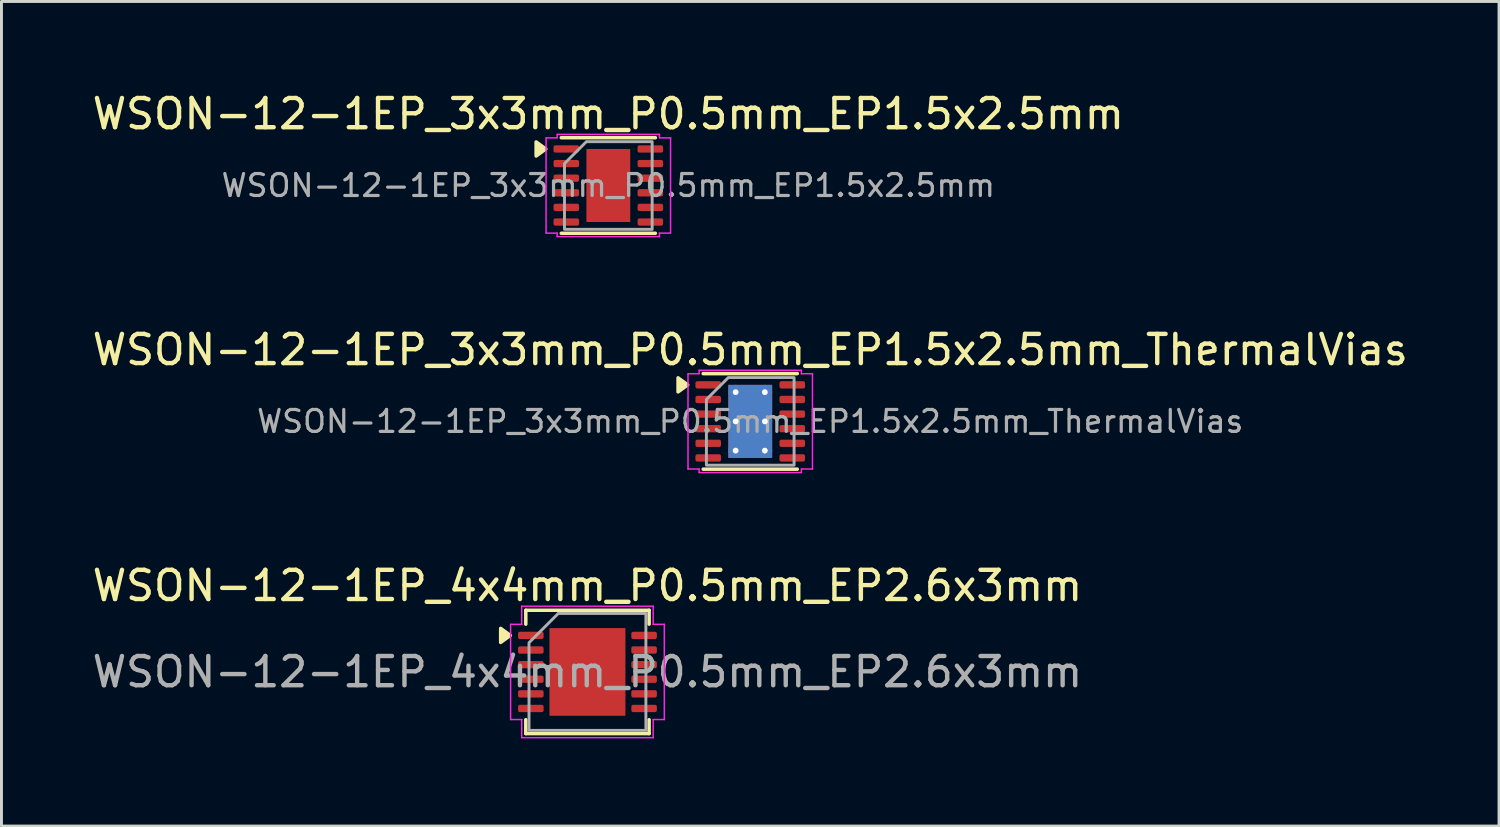
<source format=kicad_pcb>
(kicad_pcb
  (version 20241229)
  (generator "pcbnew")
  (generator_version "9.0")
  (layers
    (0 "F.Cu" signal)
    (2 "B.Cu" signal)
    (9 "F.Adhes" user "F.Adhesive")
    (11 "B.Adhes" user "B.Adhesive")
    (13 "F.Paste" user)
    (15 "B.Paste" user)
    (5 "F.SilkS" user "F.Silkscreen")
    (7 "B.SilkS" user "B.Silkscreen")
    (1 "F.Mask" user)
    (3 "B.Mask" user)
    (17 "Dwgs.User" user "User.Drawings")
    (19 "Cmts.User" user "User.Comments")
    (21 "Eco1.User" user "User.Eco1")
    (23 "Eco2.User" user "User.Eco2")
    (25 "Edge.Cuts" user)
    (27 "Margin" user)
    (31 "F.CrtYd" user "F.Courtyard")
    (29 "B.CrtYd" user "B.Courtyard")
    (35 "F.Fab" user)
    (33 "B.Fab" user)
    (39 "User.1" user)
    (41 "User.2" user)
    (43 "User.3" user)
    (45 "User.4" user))
  (footprint "WSON-12-1EP_3x3mm_P0.5mm_EP1.5x2.5mm"
    (layer "F.Cu")
    (at 17.768 3.298)
    (property "Reference" "WSON-12-1EP_3x3mm_P0.5mm_EP1.5x2.5mm" (at 0 -2.45 0) (layer "F.SilkS") (effects (font (size 1 1) (thickness 0.15))))
    (attr smd)
    (fp_line (start -1.61 -1.635) (end 1.61 -1.635) (stroke (width 0.12) (type solid)) (layer "F.SilkS"))
    (fp_line (start 1.61 1.635) (end -1.61 1.635) (stroke (width 0.12) (type solid)) (layer "F.SilkS"))
    (fp_poly (pts (xy -2.14 -1.25) (xy -2.47 -1.01) (xy -2.47 -1.49)) (stroke (width 0.12) (type solid)) (fill yes) (layer "F.SilkS"))
    (fp_line (start -2.13 -1.63) (end -1.75 -1.63) (stroke (width 0.05) (type solid)) (layer "F.CrtYd"))
    (fp_line (start -2.13 1.63) (end -2.13 -1.63) (stroke (width 0.05) (type solid)) (layer "F.CrtYd"))
    (fp_line (start -1.75 -1.75) (end 1.75 -1.75) (stroke (width 0.05) (type solid)) (layer "F.CrtYd"))
    (fp_line (start -1.75 -1.63) (end -1.75 -1.75) (stroke (width 0.05) (type solid)) (layer "F.CrtYd"))
    (fp_line (start -1.75 1.63) (end -2.13 1.63) (stroke (width 0.05) (type solid)) (layer "F.CrtYd"))
    (fp_line (start -1.75 1.75) (end -1.75 1.63) (stroke (width 0.05) (type solid)) (layer "F.CrtYd"))
    (fp_line (start 1.75 -1.75) (end 1.75 -1.63) (stroke (width 0.05) (type solid)) (layer "F.CrtYd"))
    (fp_line (start 1.75 -1.63) (end 2.13 -1.63) (stroke (width 0.05) (type solid)) (layer "F.CrtYd"))
    (fp_line (start 1.75 1.63) (end 1.75 1.75) (stroke (width 0.05) (type solid)) (layer "F.CrtYd"))
    (fp_line (start 1.75 1.75) (end -1.75 1.75) (stroke (width 0.05) (type solid)) (layer "F.CrtYd"))
    (fp_line (start 2.13 -1.63) (end 2.13 1.63) (stroke (width 0.05) (type solid)) (layer "F.CrtYd"))
    (fp_line (start 2.13 1.63) (end 1.75 1.63) (stroke (width 0.05) (type solid)) (layer "F.CrtYd"))
    (fp_poly (pts (xy -1.5 -0.75) (xy -1.5 1.5) (xy 1.5 1.5) (xy 1.5 -1.5) (xy -0.75 -1.5)) (stroke (width 0.1) (type solid)) (fill no) (layer "F.Fab"))
    (fp_text user "${REFERENCE}" (at 0 0 0) (layer "F.Fab") (effects (font (size 0.75 0.75) (thickness 0.11))))
    (pad "" smd roundrect (at -0.375 -0.625) (size 0.6 1.01) (layers "F.Paste") (roundrect_rratio 0.25))
    (pad "" smd roundrect (at -0.375 0.625) (size 0.6 1.01) (layers "F.Paste") (roundrect_rratio 0.25))
    (pad "" smd roundrect (at 0.375 -0.625) (size 0.6 1.01) (layers "F.Paste") (roundrect_rratio 0.25))
    (pad "" smd roundrect (at 0.375 0.625) (size 0.6 1.01) (layers "F.Paste") (roundrect_rratio 0.25))
    (pad "1" smd roundrect (at -1.438 -1.25) (size 0.875 0.25) (layers "F.Cu" "F.Mask" "F.Paste") (roundrect_rratio 0.25))
    (pad "2" smd roundrect (at -1.438 -0.75) (size 0.875 0.25) (layers "F.Cu" "F.Mask" "F.Paste") (roundrect_rratio 0.25))
    (pad "3" smd roundrect (at -1.438 -0.25) (size 0.875 0.25) (layers "F.Cu" "F.Mask" "F.Paste") (roundrect_rratio 0.25))
    (pad "4" smd roundrect (at -1.438 0.25) (size 0.875 0.25) (layers "F.Cu" "F.Mask" "F.Paste") (roundrect_rratio 0.25))
    (pad "5" smd roundrect (at -1.438 0.75) (size 0.875 0.25) (layers "F.Cu" "F.Mask" "F.Paste") (roundrect_rratio 0.25))
    (pad "6" smd roundrect (at -1.438 1.25) (size 0.875 0.25) (layers "F.Cu" "F.Mask" "F.Paste") (roundrect_rratio 0.25))
    (pad "7" smd roundrect (at 1.438 1.25) (size 0.875 0.25) (layers "F.Cu" "F.Mask" "F.Paste") (roundrect_rratio 0.25))
    (pad "8" smd roundrect (at 1.438 0.75) (size 0.875 0.25) (layers "F.Cu" "F.Mask" "F.Paste") (roundrect_rratio 0.25))
    (pad "9" smd roundrect (at 1.438 0.25) (size 0.875 0.25) (layers "F.Cu" "F.Mask" "F.Paste") (roundrect_rratio 0.25))
    (pad "10" smd roundrect (at 1.438 -0.25) (size 0.875 0.25) (layers "F.Cu" "F.Mask" "F.Paste") (roundrect_rratio 0.25))
    (pad "11" smd roundrect (at 1.438 -0.75) (size 0.875 0.25) (layers "F.Cu" "F.Mask" "F.Paste") (roundrect_rratio 0.25))
    (pad "12" smd roundrect (at 1.438 -1.25) (size 0.875 0.25) (layers "F.Cu" "F.Mask" "F.Paste") (roundrect_rratio 0.25))
    (pad "13" smd rect (at 0 0) (size 1.5 2.5) (property pad_prop_heatsink) (layers "F.Cu" "F.Mask")))
  (footprint "WSON-12-1EP_3x3mm_P0.5mm_EP1.5x2.5mm_ThermalVias"
    (layer "F.Cu")
    (at 22.625 11.371)
    (property "Reference" "WSON-12-1EP_3x3mm_P0.5mm_EP1.5x2.5mm_ThermalVias" (at 0 -2.45 0) (layer "F.SilkS") (effects (font (size 1 1) (thickness 0.15))))
    (attr smd)
    (fp_line (start -1.61 -1.635) (end 1.61 -1.635) (stroke (width 0.12) (type solid)) (layer "F.SilkS"))
    (fp_line (start 1.61 1.635) (end -1.61 1.635) (stroke (width 0.12) (type solid)) (layer "F.SilkS"))
    (fp_poly (pts (xy -2.14 -1.25) (xy -2.47 -1.01) (xy -2.47 -1.49)) (stroke (width 0.12) (type solid)) (fill yes) (layer "F.SilkS"))
    (fp_line (start -2.13 -1.63) (end -1.75 -1.63) (stroke (width 0.05) (type solid)) (layer "F.CrtYd"))
    (fp_line (start -2.13 1.63) (end -2.13 -1.63) (stroke (width 0.05) (type solid)) (layer "F.CrtYd"))
    (fp_line (start -1.75 -1.75) (end 1.75 -1.75) (stroke (width 0.05) (type solid)) (layer "F.CrtYd"))
    (fp_line (start -1.75 -1.63) (end -1.75 -1.75) (stroke (width 0.05) (type solid)) (layer "F.CrtYd"))
    (fp_line (start -1.75 1.63) (end -2.13 1.63) (stroke (width 0.05) (type solid)) (layer "F.CrtYd"))
    (fp_line (start -1.75 1.75) (end -1.75 1.63) (stroke (width 0.05) (type solid)) (layer "F.CrtYd"))
    (fp_line (start 1.75 -1.75) (end 1.75 -1.63) (stroke (width 0.05) (type solid)) (layer "F.CrtYd"))
    (fp_line (start 1.75 -1.63) (end 2.13 -1.63) (stroke (width 0.05) (type solid)) (layer "F.CrtYd"))
    (fp_line (start 1.75 1.63) (end 1.75 1.75) (stroke (width 0.05) (type solid)) (layer "F.CrtYd"))
    (fp_line (start 1.75 1.75) (end -1.75 1.75) (stroke (width 0.05) (type solid)) (layer "F.CrtYd"))
    (fp_line (start 2.13 -1.63) (end 2.13 1.63) (stroke (width 0.05) (type solid)) (layer "F.CrtYd"))
    (fp_line (start 2.13 1.63) (end 1.75 1.63) (stroke (width 0.05) (type solid)) (layer "F.CrtYd"))
    (fp_poly (pts (xy -1.5 -0.75) (xy -1.5 1.5) (xy 1.5 1.5) (xy 1.5 -1.5) (xy -0.75 -1.5)) (stroke (width 0.1) (type solid)) (fill no) (layer "F.Fab"))
    (fp_text user "${REFERENCE}" (at 0 0 0) (layer "F.Fab") (effects (font (size 0.75 0.75) (thickness 0.11))))
    (pad "" smd roundrect (at -0.375 -0.625) (size 0.65 1.08) (layers "F.Paste") (roundrect_rratio 0.25))
    (pad "" smd roundrect (at -0.375 0.625) (size 0.65 1.08) (layers "F.Paste") (roundrect_rratio 0.25))
    (pad "" smd roundrect (at 0.375 -0.625) (size 0.65 1.08) (layers "F.Paste") (roundrect_rratio 0.25))
    (pad "" smd roundrect (at 0.375 0.625) (size 0.65 1.08) (layers "F.Paste") (roundrect_rratio 0.25))
    (pad "1" smd roundrect (at -1.438 -1.25) (size 0.875 0.25) (layers "F.Cu" "F.Mask" "F.Paste") (roundrect_rratio 0.25))
    (pad "2" smd roundrect (at -1.438 -0.75) (size 0.875 0.25) (layers "F.Cu" "F.Mask" "F.Paste") (roundrect_rratio 0.25))
    (pad "3" smd roundrect (at -1.438 -0.25) (size 0.875 0.25) (layers "F.Cu" "F.Mask" "F.Paste") (roundrect_rratio 0.25))
    (pad "4" smd roundrect (at -1.438 0.25) (size 0.875 0.25) (layers "F.Cu" "F.Mask" "F.Paste") (roundrect_rratio 0.25))
    (pad "5" smd roundrect (at -1.438 0.75) (size 0.875 0.25) (layers "F.Cu" "F.Mask" "F.Paste") (roundrect_rratio 0.25))
    (pad "6" smd roundrect (at -1.438 1.25) (size 0.875 0.25) (layers "F.Cu" "F.Mask" "F.Paste") (roundrect_rratio 0.25))
    (pad "7" smd roundrect (at 1.438 1.25) (size 0.875 0.25) (layers "F.Cu" "F.Mask" "F.Paste") (roundrect_rratio 0.25))
    (pad "8" smd roundrect (at 1.438 0.75) (size 0.875 0.25) (layers "F.Cu" "F.Mask" "F.Paste") (roundrect_rratio 0.25))
    (pad "9" smd roundrect (at 1.438 0.25) (size 0.875 0.25) (layers "F.Cu" "F.Mask" "F.Paste") (roundrect_rratio 0.25))
    (pad "10" smd roundrect (at 1.438 -0.25) (size 0.875 0.25) (layers "F.Cu" "F.Mask" "F.Paste") (roundrect_rratio 0.25))
    (pad "11" smd roundrect (at 1.438 -0.75) (size 0.875 0.25) (layers "F.Cu" "F.Mask" "F.Paste") (roundrect_rratio 0.25))
    (pad "12" smd roundrect (at 1.438 -1.25) (size 0.875 0.25) (layers "F.Cu" "F.Mask" "F.Paste") (roundrect_rratio 0.25))
    (pad "13" thru_hole circle (at -0.5 -1) (size 0.5 0.5) (drill 0.2) (property pad_prop_heatsink) (layers "*.Cu"))
    (pad "13" thru_hole circle (at -0.5 0) (size 0.5 0.5) (drill 0.2) (property pad_prop_heatsink) (layers "*.Cu"))
    (pad "13" thru_hole circle (at -0.5 1) (size 0.5 0.5) (drill 0.2) (property pad_prop_heatsink) (layers "*.Cu"))
    (pad "13" smd rect (at 0 0) (size 1.5 2.5) (property pad_prop_heatsink) (layers "F.Cu" "F.Mask"))
    (pad "13" smd rect (at 0 0) (size 1.5 2.5) (property pad_prop_heatsink) (layers "B.Cu"))
    (pad "13" thru_hole circle (at 0.5 -1) (size 0.5 0.5) (drill 0.2) (property pad_prop_heatsink) (layers "*.Cu"))
    (pad "13" thru_hole circle (at 0.5 0) (size 0.5 0.5) (drill 0.2) (property pad_prop_heatsink) (layers "*.Cu"))
    (pad "13" thru_hole circle (at 0.5 1) (size 0.5 0.5) (drill 0.2) (property pad_prop_heatsink) (layers "*.Cu")))
  (footprint "WSON-12-1EP_4x4mm_P0.5mm_EP2.6x3mm"
    (layer "F.Cu")
    (at 17.054 19.945)
    (property "Reference" "WSON-12-1EP_4x4mm_P0.5mm_EP2.6x3mm" (at 0 -2.95 0) (layer "F.SilkS") (effects (font (size 1 1) (thickness 0.15))))
    (attr smd)
    (fp_line (start -2.11 -2.11) (end 2.11 -2.11) (stroke (width 0.12) (type solid)) (layer "F.SilkS"))
    (fp_line (start -2.11 -1.635) (end -2.11 -2.11) (stroke (width 0.12) (type solid)) (layer "F.SilkS"))
    (fp_line (start -2.11 2.11) (end -2.11 1.635) (stroke (width 0.12) (type solid)) (layer "F.SilkS"))
    (fp_line (start 2.11 -2.11) (end 2.11 -1.635) (stroke (width 0.12) (type solid)) (layer "F.SilkS"))
    (fp_line (start 2.11 1.635) (end 2.11 2.11) (stroke (width 0.12) (type solid)) (layer "F.SilkS"))
    (fp_line (start 2.11 2.11) (end -2.11 2.11) (stroke (width 0.12) (type solid)) (layer "F.SilkS"))
    (fp_poly (pts (xy -2.64 -1.25) (xy -2.97 -1.01) (xy -2.97 -1.49)) (stroke (width 0.12) (type solid)) (fill yes) (layer "F.SilkS"))
    (fp_line (start -2.63 -1.63) (end -2.25 -1.63) (stroke (width 0.05) (type solid)) (layer "F.CrtYd"))
    (fp_line (start -2.63 1.63) (end -2.63 -1.63) (stroke (width 0.05) (type solid)) (layer "F.CrtYd"))
    (fp_line (start -2.25 -2.25) (end 2.25 -2.25) (stroke (width 0.05) (type solid)) (layer "F.CrtYd"))
    (fp_line (start -2.25 -1.63) (end -2.25 -2.25) (stroke (width 0.05) (type solid)) (layer "F.CrtYd"))
    (fp_line (start -2.25 1.63) (end -2.63 1.63) (stroke (width 0.05) (type solid)) (layer "F.CrtYd"))
    (fp_line (start -2.25 2.25) (end -2.25 1.63) (stroke (width 0.05) (type solid)) (layer "F.CrtYd"))
    (fp_line (start 2.25 -2.25) (end 2.25 -1.63) (stroke (width 0.05) (type solid)) (layer "F.CrtYd"))
    (fp_line (start 2.25 -1.63) (end 2.63 -1.63) (stroke (width 0.05) (type solid)) (layer "F.CrtYd"))
    (fp_line (start 2.25 1.63) (end 2.25 2.25) (stroke (width 0.05) (type solid)) (layer "F.CrtYd"))
    (fp_line (start 2.25 2.25) (end -2.25 2.25) (stroke (width 0.05) (type solid)) (layer "F.CrtYd"))
    (fp_line (start 2.63 -1.63) (end 2.63 1.63) (stroke (width 0.05) (type solid)) (layer "F.CrtYd"))
    (fp_line (start 2.63 1.63) (end 2.25 1.63) (stroke (width 0.05) (type solid)) (layer "F.CrtYd"))
    (fp_poly (pts (xy -2 -1) (xy -2 2) (xy 2 2) (xy 2 -2) (xy -1 -2)) (stroke (width 0.1) (type solid)) (fill no) (layer "F.Fab"))
    (fp_text user "${REFERENCE}" (at 0 0 0) (layer "F.Fab") (effects (font (size 1 1) (thickness 0.15))))
    (pad "" smd roundrect (at -0.65 -0.75) (size 1.05 1.21) (layers "F.Paste") (roundrect_rratio 0.238))
    (pad "" smd roundrect (at -0.65 0.75) (size 1.05 1.21) (layers "F.Paste") (roundrect_rratio 0.238))
    (pad "" smd roundrect (at 0.65 -0.75) (size 1.05 1.21) (layers "F.Paste") (roundrect_rratio 0.238))
    (pad "" smd roundrect (at 0.65 0.75) (size 1.05 1.21) (layers "F.Paste") (roundrect_rratio 0.238))
    (pad "1" smd roundrect (at -1.938 -1.25) (size 0.875 0.25) (layers "F.Cu" "F.Mask" "F.Paste") (roundrect_rratio 0.25))
    (pad "2" smd roundrect (at -1.938 -0.75) (size 0.875 0.25) (layers "F.Cu" "F.Mask" "F.Paste") (roundrect_rratio 0.25))
    (pad "3" smd roundrect (at -1.938 -0.25) (size 0.875 0.25) (layers "F.Cu" "F.Mask" "F.Paste") (roundrect_rratio 0.25))
    (pad "4" smd roundrect (at -1.938 0.25) (size 0.875 0.25) (layers "F.Cu" "F.Mask" "F.Paste") (roundrect_rratio 0.25))
    (pad "5" smd roundrect (at -1.938 0.75) (size 0.875 0.25) (layers "F.Cu" "F.Mask" "F.Paste") (roundrect_rratio 0.25))
    (pad "6" smd roundrect (at -1.938 1.25) (size 0.875 0.25) (layers "F.Cu" "F.Mask" "F.Paste") (roundrect_rratio 0.25))
    (pad "7" smd roundrect (at 1.938 1.25) (size 0.875 0.25) (layers "F.Cu" "F.Mask" "F.Paste") (roundrect_rratio 0.25))
    (pad "8" smd roundrect (at 1.938 0.75) (size 0.875 0.25) (layers "F.Cu" "F.Mask" "F.Paste") (roundrect_rratio 0.25))
    (pad "9" smd roundrect (at 1.938 0.25) (size 0.875 0.25) (layers "F.Cu" "F.Mask" "F.Paste") (roundrect_rratio 0.25))
    (pad "10" smd roundrect (at 1.938 -0.25) (size 0.875 0.25) (layers "F.Cu" "F.Mask" "F.Paste") (roundrect_rratio 0.25))
    (pad "11" smd roundrect (at 1.938 -0.75) (size 0.875 0.25) (layers "F.Cu" "F.Mask" "F.Paste") (roundrect_rratio 0.25))
    (pad "12" smd roundrect (at 1.938 -1.25) (size 0.875 0.25) (layers "F.Cu" "F.Mask" "F.Paste") (roundrect_rratio 0.25))
    (pad "13" smd rect (at 0 0) (size 2.6 3) (property pad_prop_heatsink) (layers "F.Cu" "F.Mask")))
  (gr_rect
    (start -3 -3)
    (end 48.25 25.22)
    (stroke (width 0.1) (type default))
    (fill no)
    (layer "Edge.Cuts")))
</source>
